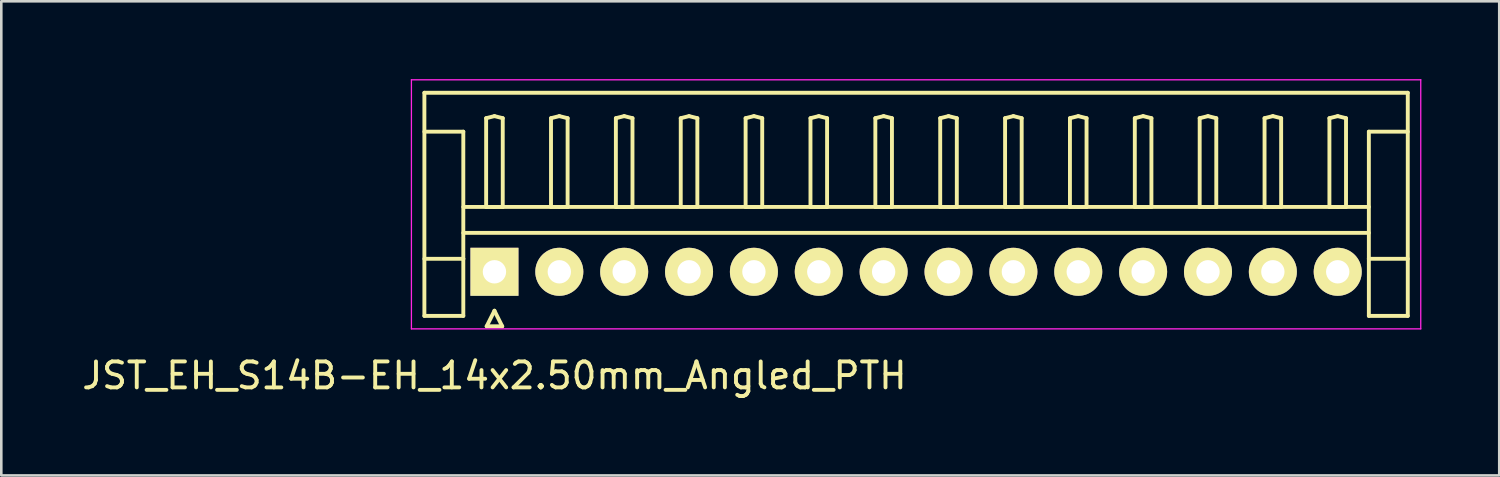
<source format=kicad_pcb>
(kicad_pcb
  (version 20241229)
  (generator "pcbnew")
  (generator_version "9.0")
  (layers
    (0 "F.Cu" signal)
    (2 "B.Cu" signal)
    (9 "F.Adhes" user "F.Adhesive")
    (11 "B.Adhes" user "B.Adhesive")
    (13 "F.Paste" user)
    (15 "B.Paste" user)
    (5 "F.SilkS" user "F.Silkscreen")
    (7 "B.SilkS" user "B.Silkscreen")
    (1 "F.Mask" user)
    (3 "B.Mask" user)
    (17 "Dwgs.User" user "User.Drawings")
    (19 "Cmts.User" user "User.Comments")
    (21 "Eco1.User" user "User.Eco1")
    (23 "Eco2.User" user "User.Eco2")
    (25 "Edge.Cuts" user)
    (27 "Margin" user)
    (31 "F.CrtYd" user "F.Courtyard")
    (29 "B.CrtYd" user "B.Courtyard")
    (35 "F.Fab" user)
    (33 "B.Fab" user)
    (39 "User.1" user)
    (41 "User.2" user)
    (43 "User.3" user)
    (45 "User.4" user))
  (footprint "JST_EH_S14B-EH_14x2.50mm_Angled_PTH"
    (layer "F.Cu")
    (at 16.006 7.425)
    (property "Reference" "JST_EH_S14B-EH_14x2.50mm_Angled_PTH" (at 0 4 0) (layer "F.SilkS") (effects (font (size 1 1) (thickness 0.15))))
    (attr through_hole)
    (fp_line (start -2.7 -6.9) (end 35.2 -6.9) (stroke (width 0.15) (type solid)) (layer "F.SilkS"))
    (fp_line (start -2.7 -5.4) (end -1.2 -5.4) (stroke (width 0.15) (type solid)) (layer "F.SilkS"))
    (fp_line (start -2.7 1.7) (end -2.7 -6.9) (stroke (width 0.15) (type solid)) (layer "F.SilkS"))
    (fp_line (start -1.2 -5.4) (end -1.2 -0.5) (stroke (width 0.15) (type solid)) (layer "F.SilkS"))
    (fp_line (start -1.2 -2.5) (end 33.7 -2.5) (stroke (width 0.15) (type solid)) (layer "F.SilkS"))
    (fp_line (start -1.2 -1.5) (end 33.7 -1.5) (stroke (width 0.15) (type solid)) (layer "F.SilkS"))
    (fp_line (start -1.2 -0.5) (end -2.7 -0.5) (stroke (width 0.15) (type solid)) (layer "F.SilkS"))
    (fp_line (start -1.2 -0.5) (end -1.2 1.7) (stroke (width 0.15) (type solid)) (layer "F.SilkS"))
    (fp_line (start -1.2 1.7) (end -2.7 1.7) (stroke (width 0.15) (type solid)) (layer "F.SilkS"))
    (fp_line (start -0.32 -5.92) (end 0 -6) (stroke (width 0.15) (type solid)) (layer "F.SilkS"))
    (fp_line (start -0.32 -2.5) (end -0.32 -5.92) (stroke (width 0.15) (type solid)) (layer "F.SilkS"))
    (fp_line (start -0.3 2.1) (end 0.3 2.1) (stroke (width 0.15) (type solid)) (layer "F.SilkS"))
    (fp_line (start 0 -6) (end 0.32 -5.92) (stroke (width 0.15) (type solid)) (layer "F.SilkS"))
    (fp_line (start 0 -2.5) (end -0.32 -2.5) (stroke (width 0.15) (type solid)) (layer "F.SilkS"))
    (fp_line (start 0 1.5) (end -0.3 2.1) (stroke (width 0.15) (type solid)) (layer "F.SilkS"))
    (fp_line (start 0.3 2.1) (end 0 1.5) (stroke (width 0.15) (type solid)) (layer "F.SilkS"))
    (fp_line (start 0.32 -5.92) (end 0.32 -2.5) (stroke (width 0.15) (type solid)) (layer "F.SilkS"))
    (fp_line (start 0.32 -2.5) (end 0 -2.5) (stroke (width 0.15) (type solid)) (layer "F.SilkS"))
    (fp_line (start 2.18 -5.92) (end 2.5 -6) (stroke (width 0.15) (type solid)) (layer "F.SilkS"))
    (fp_line (start 2.18 -2.5) (end 2.18 -5.92) (stroke (width 0.15) (type solid)) (layer "F.SilkS"))
    (fp_line (start 2.5 -6) (end 2.82 -5.92) (stroke (width 0.15) (type solid)) (layer "F.SilkS"))
    (fp_line (start 2.5 -2.5) (end 2.18 -2.5) (stroke (width 0.15) (type solid)) (layer "F.SilkS"))
    (fp_line (start 2.82 -5.92) (end 2.82 -2.5) (stroke (width 0.15) (type solid)) (layer "F.SilkS"))
    (fp_line (start 2.82 -2.5) (end 2.5 -2.5) (stroke (width 0.15) (type solid)) (layer "F.SilkS"))
    (fp_line (start 4.68 -5.92) (end 5 -6) (stroke (width 0.15) (type solid)) (layer "F.SilkS"))
    (fp_line (start 4.68 -2.5) (end 4.68 -5.92) (stroke (width 0.15) (type solid)) (layer "F.SilkS"))
    (fp_line (start 5 -6) (end 5.32 -5.92) (stroke (width 0.15) (type solid)) (layer "F.SilkS"))
    (fp_line (start 5 -2.5) (end 4.68 -2.5) (stroke (width 0.15) (type solid)) (layer "F.SilkS"))
    (fp_line (start 5.32 -5.92) (end 5.32 -2.5) (stroke (width 0.15) (type solid)) (layer "F.SilkS"))
    (fp_line (start 5.32 -2.5) (end 5 -2.5) (stroke (width 0.15) (type solid)) (layer "F.SilkS"))
    (fp_line (start 7.18 -5.92) (end 7.5 -6) (stroke (width 0.15) (type solid)) (layer "F.SilkS"))
    (fp_line (start 7.18 -2.5) (end 7.18 -5.92) (stroke (width 0.15) (type solid)) (layer "F.SilkS"))
    (fp_line (start 7.5 -6) (end 7.82 -5.92) (stroke (width 0.15) (type solid)) (layer "F.SilkS"))
    (fp_line (start 7.5 -2.5) (end 7.18 -2.5) (stroke (width 0.15) (type solid)) (layer "F.SilkS"))
    (fp_line (start 7.82 -5.92) (end 7.82 -2.5) (stroke (width 0.15) (type solid)) (layer "F.SilkS"))
    (fp_line (start 7.82 -2.5) (end 7.5 -2.5) (stroke (width 0.15) (type solid)) (layer "F.SilkS"))
    (fp_line (start 9.68 -5.92) (end 10 -6) (stroke (width 0.15) (type solid)) (layer "F.SilkS"))
    (fp_line (start 9.68 -2.5) (end 9.68 -5.92) (stroke (width 0.15) (type solid)) (layer "F.SilkS"))
    (fp_line (start 10 -6) (end 10.32 -5.92) (stroke (width 0.15) (type solid)) (layer "F.SilkS"))
    (fp_line (start 10 -2.5) (end 9.68 -2.5) (stroke (width 0.15) (type solid)) (layer "F.SilkS"))
    (fp_line (start 10.32 -5.92) (end 10.32 -2.5) (stroke (width 0.15) (type solid)) (layer "F.SilkS"))
    (fp_line (start 10.32 -2.5) (end 10 -2.5) (stroke (width 0.15) (type solid)) (layer "F.SilkS"))
    (fp_line (start 12.18 -5.92) (end 12.5 -6) (stroke (width 0.15) (type solid)) (layer "F.SilkS"))
    (fp_line (start 12.18 -2.5) (end 12.18 -5.92) (stroke (width 0.15) (type solid)) (layer "F.SilkS"))
    (fp_line (start 12.5 -6) (end 12.82 -5.92) (stroke (width 0.15) (type solid)) (layer "F.SilkS"))
    (fp_line (start 12.5 -2.5) (end 12.18 -2.5) (stroke (width 0.15) (type solid)) (layer "F.SilkS"))
    (fp_line (start 12.82 -5.92) (end 12.82 -2.5) (stroke (width 0.15) (type solid)) (layer "F.SilkS"))
    (fp_line (start 12.82 -2.5) (end 12.5 -2.5) (stroke (width 0.15) (type solid)) (layer "F.SilkS"))
    (fp_line (start 14.68 -5.92) (end 15 -6) (stroke (width 0.15) (type solid)) (layer "F.SilkS"))
    (fp_line (start 14.68 -2.5) (end 14.68 -5.92) (stroke (width 0.15) (type solid)) (layer "F.SilkS"))
    (fp_line (start 15 -6) (end 15.32 -5.92) (stroke (width 0.15) (type solid)) (layer "F.SilkS"))
    (fp_line (start 15 -2.5) (end 14.68 -2.5) (stroke (width 0.15) (type solid)) (layer "F.SilkS"))
    (fp_line (start 15.32 -5.92) (end 15.32 -2.5) (stroke (width 0.15) (type solid)) (layer "F.SilkS"))
    (fp_line (start 15.32 -2.5) (end 15 -2.5) (stroke (width 0.15) (type solid)) (layer "F.SilkS"))
    (fp_line (start 17.18 -5.92) (end 17.5 -6) (stroke (width 0.15) (type solid)) (layer "F.SilkS"))
    (fp_line (start 17.18 -2.5) (end 17.18 -5.92) (stroke (width 0.15) (type solid)) (layer "F.SilkS"))
    (fp_line (start 17.5 -6) (end 17.82 -5.92) (stroke (width 0.15) (type solid)) (layer "F.SilkS"))
    (fp_line (start 17.5 -2.5) (end 17.18 -2.5) (stroke (width 0.15) (type solid)) (layer "F.SilkS"))
    (fp_line (start 17.82 -5.92) (end 17.82 -2.5) (stroke (width 0.15) (type solid)) (layer "F.SilkS"))
    (fp_line (start 17.82 -2.5) (end 17.5 -2.5) (stroke (width 0.15) (type solid)) (layer "F.SilkS"))
    (fp_line (start 19.68 -5.92) (end 20 -6) (stroke (width 0.15) (type solid)) (layer "F.SilkS"))
    (fp_line (start 19.68 -2.5) (end 19.68 -5.92) (stroke (width 0.15) (type solid)) (layer "F.SilkS"))
    (fp_line (start 20 -6) (end 20.32 -5.92) (stroke (width 0.15) (type solid)) (layer "F.SilkS"))
    (fp_line (start 20 -2.5) (end 19.68 -2.5) (stroke (width 0.15) (type solid)) (layer "F.SilkS"))
    (fp_line (start 20.32 -5.92) (end 20.32 -2.5) (stroke (width 0.15) (type solid)) (layer "F.SilkS"))
    (fp_line (start 20.32 -2.5) (end 20 -2.5) (stroke (width 0.15) (type solid)) (layer "F.SilkS"))
    (fp_line (start 22.18 -5.92) (end 22.5 -6) (stroke (width 0.15) (type solid)) (layer "F.SilkS"))
    (fp_line (start 22.18 -2.5) (end 22.18 -5.92) (stroke (width 0.15) (type solid)) (layer "F.SilkS"))
    (fp_line (start 22.5 -6) (end 22.82 -5.92) (stroke (width 0.15) (type solid)) (layer "F.SilkS"))
    (fp_line (start 22.5 -2.5) (end 22.18 -2.5) (stroke (width 0.15) (type solid)) (layer "F.SilkS"))
    (fp_line (start 22.82 -5.92) (end 22.82 -2.5) (stroke (width 0.15) (type solid)) (layer "F.SilkS"))
    (fp_line (start 22.82 -2.5) (end 22.5 -2.5) (stroke (width 0.15) (type solid)) (layer "F.SilkS"))
    (fp_line (start 24.68 -5.92) (end 25 -6) (stroke (width 0.15) (type solid)) (layer "F.SilkS"))
    (fp_line (start 24.68 -2.5) (end 24.68 -5.92) (stroke (width 0.15) (type solid)) (layer "F.SilkS"))
    (fp_line (start 25 -6) (end 25.32 -5.92) (stroke (width 0.15) (type solid)) (layer "F.SilkS"))
    (fp_line (start 25 -2.5) (end 24.68 -2.5) (stroke (width 0.15) (type solid)) (layer "F.SilkS"))
    (fp_line (start 25.32 -5.92) (end 25.32 -2.5) (stroke (width 0.15) (type solid)) (layer "F.SilkS"))
    (fp_line (start 25.32 -2.5) (end 25 -2.5) (stroke (width 0.15) (type solid)) (layer "F.SilkS"))
    (fp_line (start 27.18 -5.92) (end 27.5 -6) (stroke (width 0.15) (type solid)) (layer "F.SilkS"))
    (fp_line (start 27.18 -2.5) (end 27.18 -5.92) (stroke (width 0.15) (type solid)) (layer "F.SilkS"))
    (fp_line (start 27.5 -6) (end 27.82 -5.92) (stroke (width 0.15) (type solid)) (layer "F.SilkS"))
    (fp_line (start 27.5 -2.5) (end 27.18 -2.5) (stroke (width 0.15) (type solid)) (layer "F.SilkS"))
    (fp_line (start 27.82 -5.92) (end 27.82 -2.5) (stroke (width 0.15) (type solid)) (layer "F.SilkS"))
    (fp_line (start 27.82 -2.5) (end 27.5 -2.5) (stroke (width 0.15) (type solid)) (layer "F.SilkS"))
    (fp_line (start 29.68 -5.92) (end 30 -6) (stroke (width 0.15) (type solid)) (layer "F.SilkS"))
    (fp_line (start 29.68 -2.5) (end 29.68 -5.92) (stroke (width 0.15) (type solid)) (layer "F.SilkS"))
    (fp_line (start 30 -6) (end 30.32 -5.92) (stroke (width 0.15) (type solid)) (layer "F.SilkS"))
    (fp_line (start 30 -2.5) (end 29.68 -2.5) (stroke (width 0.15) (type solid)) (layer "F.SilkS"))
    (fp_line (start 30.32 -5.92) (end 30.32 -2.5) (stroke (width 0.15) (type solid)) (layer "F.SilkS"))
    (fp_line (start 30.32 -2.5) (end 30 -2.5) (stroke (width 0.15) (type solid)) (layer "F.SilkS"))
    (fp_line (start 32.18 -5.92) (end 32.5 -6) (stroke (width 0.15) (type solid)) (layer "F.SilkS"))
    (fp_line (start 32.18 -2.5) (end 32.18 -5.92) (stroke (width 0.15) (type solid)) (layer "F.SilkS"))
    (fp_line (start 32.5 -6) (end 32.82 -5.92) (stroke (width 0.15) (type solid)) (layer "F.SilkS"))
    (fp_line (start 32.5 -2.5) (end 32.18 -2.5) (stroke (width 0.15) (type solid)) (layer "F.SilkS"))
    (fp_line (start 32.82 -5.92) (end 32.82 -2.5) (stroke (width 0.15) (type solid)) (layer "F.SilkS"))
    (fp_line (start 32.82 -2.5) (end 32.5 -2.5) (stroke (width 0.15) (type solid)) (layer "F.SilkS"))
    (fp_line (start 33.7 -5.4) (end 33.7 -0.5) (stroke (width 0.15) (type solid)) (layer "F.SilkS"))
    (fp_line (start 33.7 -0.5) (end 35.2 -0.5) (stroke (width 0.15) (type solid)) (layer "F.SilkS"))
    (fp_line (start 33.7 1.7) (end 33.7 -0.5) (stroke (width 0.15) (type solid)) (layer "F.SilkS"))
    (fp_line (start 35.2 -6.9) (end 35.2 1.7) (stroke (width 0.15) (type solid)) (layer "F.SilkS"))
    (fp_line (start 35.2 -5.4) (end 33.7 -5.4) (stroke (width 0.15) (type solid)) (layer "F.SilkS"))
    (fp_line (start 35.2 1.7) (end 33.7 1.7) (stroke (width 0.15) (type solid)) (layer "F.SilkS"))
    (fp_line (start -3.2 -7.4) (end -3.2 2.2) (stroke (width 0.05) (type solid)) (layer "F.CrtYd"))
    (fp_line (start -3.2 2.2) (end 35.7 2.2) (stroke (width 0.05) (type solid)) (layer "F.CrtYd"))
    (fp_line (start 35.7 -7.4) (end -3.2 -7.4) (stroke (width 0.05) (type solid)) (layer "F.CrtYd"))
    (fp_line (start 35.7 2.2) (end 35.7 -7.4) (stroke (width 0.05) (type solid)) (layer "F.CrtYd"))
    (pad "1" thru_hole rect (at 0 0) (size 1.85 1.85) (drill 0.9) (layers "*.Cu" "*.Mask" "F.SilkS"))
    (pad "2" thru_hole circle (at 2.5 0) (size 1.85 1.85) (drill 0.9) (layers "*.Cu" "*.Mask" "F.SilkS"))
    (pad "3" thru_hole circle (at 5 0) (size 1.85 1.85) (drill 0.9) (layers "*.Cu" "*.Mask" "F.SilkS"))
    (pad "4" thru_hole circle (at 7.5 0) (size 1.85 1.85) (drill 0.9) (layers "*.Cu" "*.Mask" "F.SilkS"))
    (pad "5" thru_hole circle (at 10 0) (size 1.85 1.85) (drill 0.9) (layers "*.Cu" "*.Mask" "F.SilkS"))
    (pad "6" thru_hole circle (at 12.5 0) (size 1.85 1.85) (drill 0.9) (layers "*.Cu" "*.Mask" "F.SilkS"))
    (pad "7" thru_hole circle (at 15 0) (size 1.85 1.85) (drill 0.9) (layers "*.Cu" "*.Mask" "F.SilkS"))
    (pad "8" thru_hole circle (at 17.5 0) (size 1.85 1.85) (drill 0.9) (layers "*.Cu" "*.Mask" "F.SilkS"))
    (pad "9" thru_hole circle (at 20 0) (size 1.85 1.85) (drill 0.9) (layers "*.Cu" "*.Mask" "F.SilkS"))
    (pad "10" thru_hole circle (at 22.5 0) (size 1.85 1.85) (drill 0.9) (layers "*.Cu" "*.Mask" "F.SilkS"))
    (pad "11" thru_hole circle (at 25 0) (size 1.85 1.85) (drill 0.9) (layers "*.Cu" "*.Mask" "F.SilkS"))
    (pad "12" thru_hole circle (at 27.5 0) (size 1.85 1.85) (drill 0.9) (layers "*.Cu" "*.Mask" "F.SilkS"))
    (pad "13" thru_hole circle (at 30 0) (size 1.85 1.85) (drill 0.9) (layers "*.Cu" "*.Mask" "F.SilkS"))
    (pad "14" thru_hole circle (at 32.5 0) (size 1.85 1.85) (drill 0.9) (layers "*.Cu" "*.Mask" "F.SilkS")))
  (gr_rect
    (start -3 -3)
    (end 54.731 15.273)
    (stroke (width 0.1) (type default))
    (fill no)
    (layer "Edge.Cuts")))
</source>
